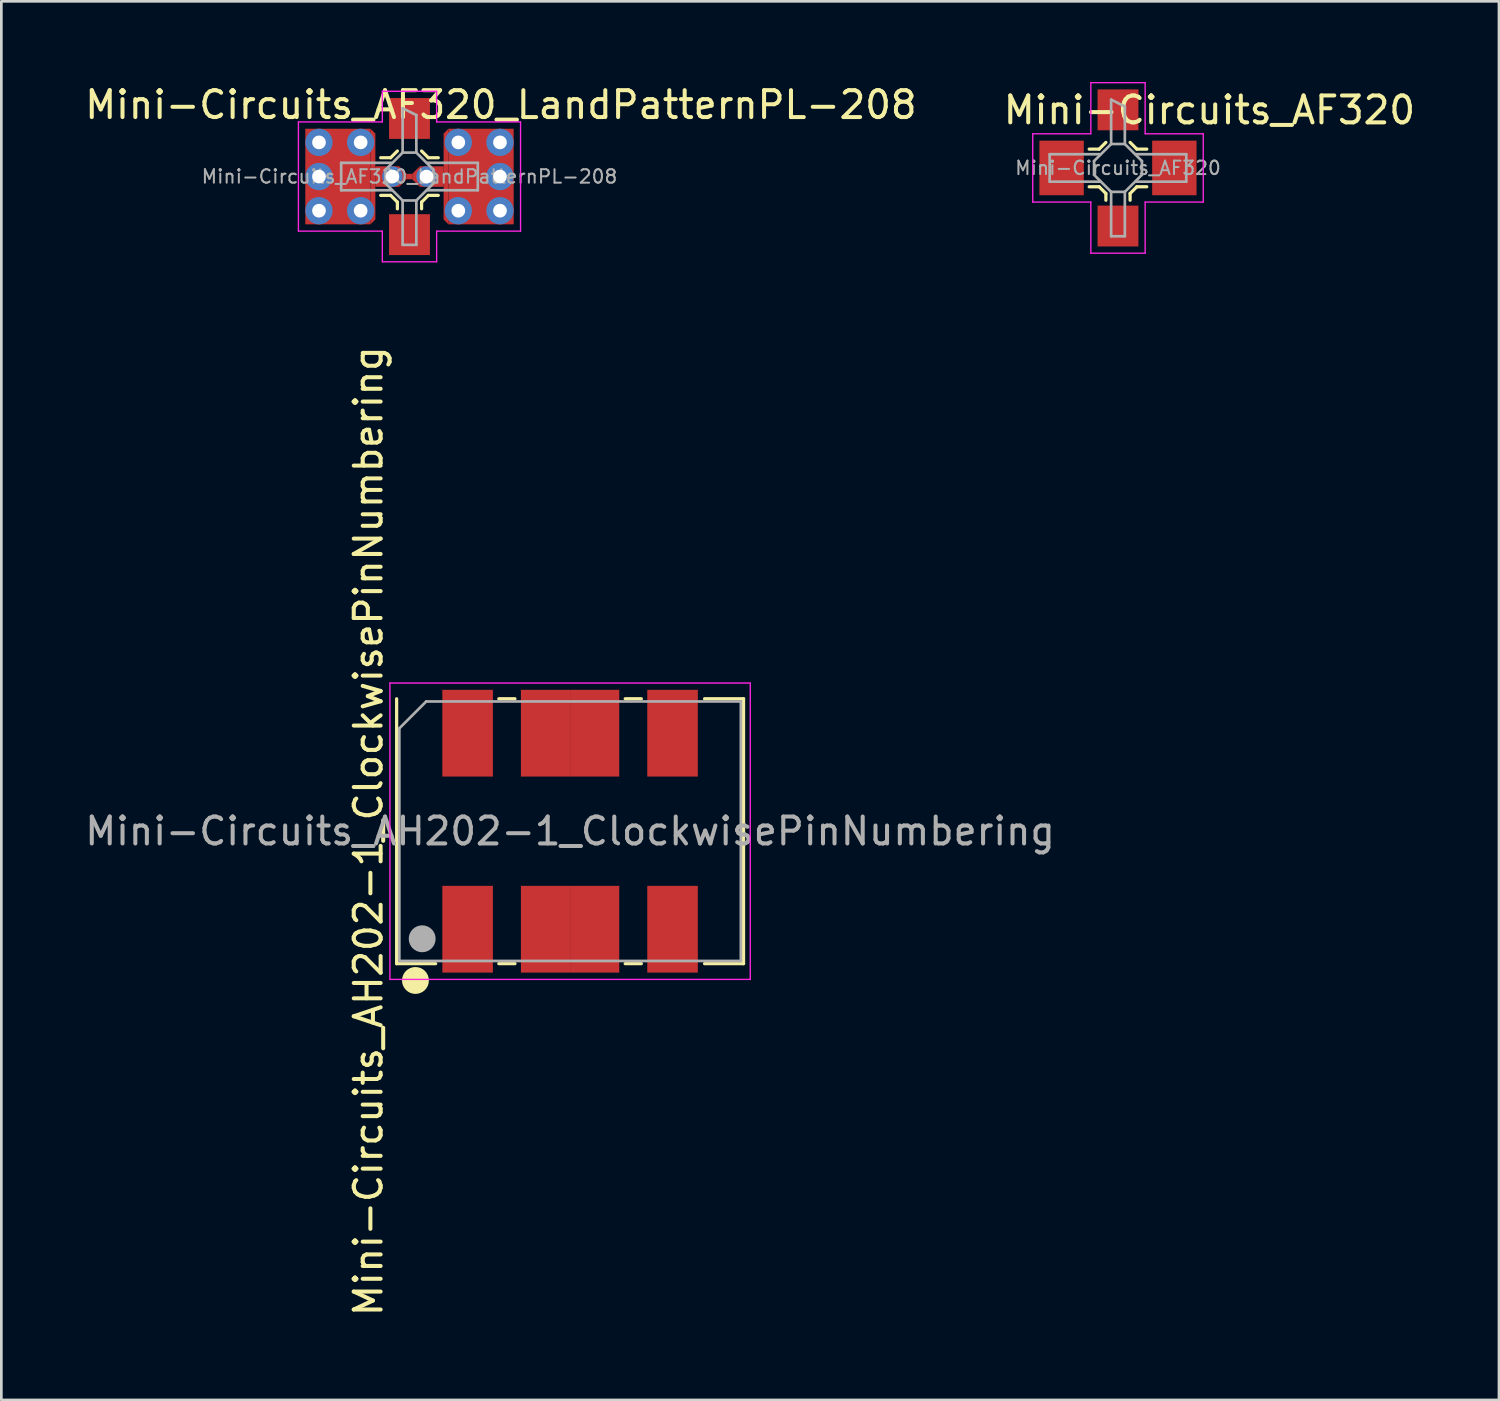
<source format=kicad_pcb>
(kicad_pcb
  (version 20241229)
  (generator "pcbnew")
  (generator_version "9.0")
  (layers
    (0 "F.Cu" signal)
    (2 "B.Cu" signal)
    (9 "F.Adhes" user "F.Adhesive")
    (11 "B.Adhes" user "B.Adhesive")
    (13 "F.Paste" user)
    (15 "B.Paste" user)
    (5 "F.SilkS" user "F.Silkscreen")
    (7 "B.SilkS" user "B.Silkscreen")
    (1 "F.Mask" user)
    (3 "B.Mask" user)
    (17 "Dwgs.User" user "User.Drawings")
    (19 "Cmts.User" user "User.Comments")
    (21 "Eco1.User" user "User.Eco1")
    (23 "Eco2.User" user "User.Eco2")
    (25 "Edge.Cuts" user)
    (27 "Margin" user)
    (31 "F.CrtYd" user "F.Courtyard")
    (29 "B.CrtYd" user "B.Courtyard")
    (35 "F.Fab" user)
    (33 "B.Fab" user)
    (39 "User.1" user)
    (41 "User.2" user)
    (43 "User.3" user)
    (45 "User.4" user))
  (footprint "Mini-Circuits_AH202-1_ClockwisePinNumbering"
    (layer "F.Cu")
    (at 18.149 27.859)
    (property "Reference" "Mini-Circuits_AH202-1_ClockwisePinNumbering" (at -7.5 0 90) (layer "F.SilkS") (effects (font (size 1 1) (thickness 0.15))))
    (attr smd)
    (fp_line (start -6.45 -4.925) (end -6.45 4.925) (stroke (width 0.12) (type solid)) (layer "F.SilkS"))
    (fp_line (start -6.45 4.925) (end -5 4.925) (stroke (width 0.12) (type solid)) (layer "F.SilkS"))
    (fp_line (start -2.65 -4.925) (end -2.05 -4.925) (stroke (width 0.12) (type solid)) (layer "F.SilkS"))
    (fp_line (start -2.65 4.925) (end -2.05 4.925) (stroke (width 0.12) (type solid)) (layer "F.SilkS"))
    (fp_line (start 2.65 -4.925) (end 2.05 -4.925) (stroke (width 0.12) (type solid)) (layer "F.SilkS"))
    (fp_line (start 2.65 4.925) (end 2.05 4.925) (stroke (width 0.12) (type solid)) (layer "F.SilkS"))
    (fp_line (start 6.45 -4.925) (end 5 -4.925) (stroke (width 0.12) (type solid)) (layer "F.SilkS"))
    (fp_line (start 6.45 4.925) (end 5 4.925) (stroke (width 0.12) (type solid)) (layer "F.SilkS"))
    (fp_line (start 6.45 4.925) (end 6.45 -4.925) (stroke (width 0.12) (type solid)) (layer "F.SilkS"))
    (fp_circle (center -5.75 5.55) (end -5.5 5.55) (stroke (width 0.5) (type solid)) (fill no) (layer "F.SilkS"))
    (fp_line (start -6.7 -5.51) (end -6.7 5.51) (stroke (width 0.05) (type solid)) (layer "F.CrtYd"))
    (fp_line (start -6.7 5.51) (end 6.7 5.51) (stroke (width 0.05) (type solid)) (layer "F.CrtYd"))
    (fp_line (start 6.7 -5.51) (end -6.7 -5.51) (stroke (width 0.05) (type solid)) (layer "F.CrtYd"))
    (fp_line (start 6.7 5.51) (end 6.7 -5.51) (stroke (width 0.05) (type solid)) (layer "F.CrtYd"))
    (fp_line (start -6.35 -3.825) (end -5.35 -4.825) (stroke (width 0.1) (type solid)) (layer "F.Fab"))
    (fp_line (start -6.35 4.825) (end -6.35 -3.825) (stroke (width 0.1) (type solid)) (layer "F.Fab"))
    (fp_line (start -5.35 -4.825) (end 6.35 -4.825) (stroke (width 0.1) (type solid)) (layer "F.Fab"))
    (fp_line (start 6.35 -4.825) (end 6.35 4.825) (stroke (width 0.1) (type solid)) (layer "F.Fab"))
    (fp_line (start 6.35 4.825) (end -6.35 4.825) (stroke (width 0.1) (type solid)) (layer "F.Fab"))
    (fp_circle (center -5.5 4) (end -5.25 4) (stroke (width 0.5) (type solid)) (fill no) (layer "F.Fab"))
    (fp_text user "${REFERENCE}" (at 0 0 0) (layer "F.Fab") (effects (font (size 1 1) (thickness 0.15))))
    (pad "1" smd rect (at -3.81 -3.645) (size 1.88 3.226) (layers "F.Cu" "F.Mask" "F.Paste"))
    (pad "2" smd rect (at -0.914 -3.645) (size 1.829 3.226) (layers "F.Cu" "F.Mask" "F.Paste"))
    (pad "3" smd rect (at 0.914 -3.645) (size 1.829 3.226) (layers "F.Cu" "F.Mask" "F.Paste"))
    (pad "4" smd rect (at 3.81 -3.645) (size 1.88 3.226) (layers "F.Cu" "F.Mask" "F.Paste"))
    (pad "5" smd rect (at 3.81 3.645) (size 1.88 3.226) (layers "F.Cu" "F.Mask" "F.Paste"))
    (pad "6" smd rect (at 0.914 3.645) (size 1.829 3.226) (layers "F.Cu" "F.Mask" "F.Paste"))
    (pad "7" smd rect (at -0.914 3.645) (size 1.829 3.226) (layers "F.Cu" "F.Mask" "F.Paste"))
    (pad "8" smd rect (at -3.81 3.645) (size 1.88 3.226) (layers "F.Cu" "F.Mask" "F.Paste")))
  (footprint "Mini-Circuits_AF320"
    (layer "F.Cu")
    (at 38.523 3.195)
    (property "Reference" "Mini-Circuits_AF320" (at 3.4 -2.15 0) (layer "F.SilkS") (effects (font (size 1 1) (thickness 0.15))))
    (attr smd)
    (fp_line (start -0.7 -0.7) (end -1.071 -0.7) (stroke (width 0.12) (type solid)) (layer "F.SilkS"))
    (fp_line (start -0.7 0.7) (end -1.071 0.7) (stroke (width 0.12) (type solid)) (layer "F.SilkS"))
    (fp_line (start -0.45 -0.95) (end -0.7 -0.7) (stroke (width 0.12) (type solid)) (layer "F.SilkS"))
    (fp_line (start -0.45 0.95) (end -0.7 0.7) (stroke (width 0.12) (type solid)) (layer "F.SilkS"))
    (fp_line (start -0.45 1.2) (end -0.45 0.95) (stroke (width 0.12) (type solid)) (layer "F.SilkS"))
    (fp_line (start 0.45 -0.95) (end 0.7 -0.7) (stroke (width 0.12) (type solid)) (layer "F.SilkS"))
    (fp_line (start 0.45 0.95) (end 0.7 0.7) (stroke (width 0.12) (type solid)) (layer "F.SilkS"))
    (fp_line (start 0.45 1.2) (end 0.45 0.95) (stroke (width 0.12) (type solid)) (layer "F.SilkS"))
    (fp_line (start 0.7 -0.7) (end 1.071 -0.7) (stroke (width 0.12) (type solid)) (layer "F.SilkS"))
    (fp_line (start 0.7 0.7) (end 1.071 0.7) (stroke (width 0.12) (type solid)) (layer "F.SilkS"))
    (fp_line (start -3.17 -1.27) (end -3.17 1.27) (stroke (width 0.05) (type solid)) (layer "F.CrtYd"))
    (fp_line (start -3.17 -1.27) (end -1.01 -1.27) (stroke (width 0.05) (type solid)) (layer "F.CrtYd"))
    (fp_line (start -3.17 1.27) (end -1.01 1.27) (stroke (width 0.05) (type solid)) (layer "F.CrtYd"))
    (fp_line (start -1.01 -3.17) (end 1.01 -3.17) (stroke (width 0.05) (type solid)) (layer "F.CrtYd"))
    (fp_line (start -1.01 -1.27) (end -1.01 -3.17) (stroke (width 0.05) (type solid)) (layer "F.CrtYd"))
    (fp_line (start -1.01 1.27) (end -1.01 3.17) (stroke (width 0.05) (type solid)) (layer "F.CrtYd"))
    (fp_line (start -1.01 3.17) (end 1.01 3.17) (stroke (width 0.05) (type solid)) (layer "F.CrtYd"))
    (fp_line (start 1.01 -1.27) (end 1.01 -3.17) (stroke (width 0.05) (type solid)) (layer "F.CrtYd"))
    (fp_line (start 1.01 1.27) (end 1.01 3.17) (stroke (width 0.05) (type solid)) (layer "F.CrtYd"))
    (fp_line (start 3.17 -1.27) (end 1.01 -1.27) (stroke (width 0.05) (type solid)) (layer "F.CrtYd"))
    (fp_line (start 3.17 1.27) (end 1.01 1.27) (stroke (width 0.05) (type solid)) (layer "F.CrtYd"))
    (fp_line (start 3.17 1.27) (end 3.17 -1.27) (stroke (width 0.05) (type solid)) (layer "F.CrtYd"))
    (fp_line (start -2.54 -0.51) (end -0.65 -0.51) (stroke (width 0.1) (type solid)) (layer "F.Fab"))
    (fp_line (start -2.54 0.51) (end -2.54 -0.51) (stroke (width 0.1) (type solid)) (layer "F.Fab"))
    (fp_line (start -2.54 0.51) (end -0.65 0.51) (stroke (width 0.1) (type solid)) (layer "F.Fab"))
    (fp_line (start -0.89 -0.255) (end -0.89 0.255) (stroke (width 0.1) (type solid)) (layer "F.Fab"))
    (fp_line (start -0.89 -0.255) (end -0.255 -0.89) (stroke (width 0.1) (type solid)) (layer "F.Fab"))
    (fp_line (start -0.255 -2.54) (end 0.255 -2.285) (stroke (width 0.1) (type solid)) (layer "F.Fab"))
    (fp_line (start -0.255 -0.89) (end -0.255 -2.54) (stroke (width 0.1) (type solid)) (layer "F.Fab"))
    (fp_line (start -0.255 0.89) (end -0.89 0.255) (stroke (width 0.1) (type solid)) (layer "F.Fab"))
    (fp_line (start -0.255 0.89) (end -0.255 2.54) (stroke (width 0.1) (type solid)) (layer "F.Fab"))
    (fp_line (start -0.255 0.89) (end 0.255 0.89) (stroke (width 0.1) (type solid)) (layer "F.Fab"))
    (fp_line (start 0.255 -0.89) (end -0.255 -0.89) (stroke (width 0.1) (type solid)) (layer "F.Fab"))
    (fp_line (start 0.255 -0.89) (end 0.255 -2.285) (stroke (width 0.1) (type solid)) (layer "F.Fab"))
    (fp_line (start 0.255 -0.89) (end 0.89 -0.255) (stroke (width 0.1) (type solid)) (layer "F.Fab"))
    (fp_line (start 0.255 2.54) (end -0.255 2.54) (stroke (width 0.1) (type solid)) (layer "F.Fab"))
    (fp_line (start 0.255 2.54) (end 0.255 0.89) (stroke (width 0.1) (type solid)) (layer "F.Fab"))
    (fp_line (start 0.89 0.255) (end 0.255 0.89) (stroke (width 0.1) (type solid)) (layer "F.Fab"))
    (fp_line (start 0.89 0.255) (end 0.89 -0.255) (stroke (width 0.1) (type solid)) (layer "F.Fab"))
    (fp_line (start 2.54 -0.51) (end 0.65 -0.51) (stroke (width 0.1) (type solid)) (layer "F.Fab"))
    (fp_line (start 2.54 -0.51) (end 2.54 0.51) (stroke (width 0.1) (type solid)) (layer "F.Fab"))
    (fp_line (start 2.54 0.51) (end 0.65 0.51) (stroke (width 0.1) (type solid)) (layer "F.Fab"))
    (fp_text user "${REFERENCE}" (at 0 0 0) (layer "F.Fab") (effects (font (size 0.5 0.5) (thickness 0.075))))
    (pad "1" smd rect (at 0 -2.16) (size 1.52 1.52) (layers "F.Cu" "F.Mask" "F.Paste"))
    (pad "2" smd rect (at -2.096 0) (size 1.65 2.03) (layers "F.Cu" "F.Mask" "F.Paste"))
    (pad "3" smd rect (at 0 2.16) (size 1.52 1.52) (layers "F.Cu" "F.Mask" "F.Paste"))
    (pad "4" smd rect (at 2.096 0) (size 1.65 2.03) (layers "F.Cu" "F.Mask" "F.Paste")))
  (footprint "Mini-Circuits_AF320_LandPatternPL-208"
    (layer "F.Cu")
    (at 12.177 3.515)
    (property "Reference" "Mini-Circuits_AF320_LandPatternPL-208" (at 3.4 -2.667 0) (layer "F.SilkS") (effects (font (size 1 1) (thickness 0.15))))
    (attr smd)
    (fp_line (start -0.7 -0.7) (end -1.071 -0.7) (stroke (width 0.12) (type solid)) (layer "F.SilkS"))
    (fp_line (start -0.7 0.7) (end -1.071 0.7) (stroke (width 0.12) (type solid)) (layer "F.SilkS"))
    (fp_line (start -0.45 -0.95) (end -0.7 -0.7) (stroke (width 0.12) (type solid)) (layer "F.SilkS"))
    (fp_line (start -0.45 0.95) (end -0.7 0.7) (stroke (width 0.12) (type solid)) (layer "F.SilkS"))
    (fp_line (start -0.45 1.2) (end -0.45 0.95) (stroke (width 0.12) (type solid)) (layer "F.SilkS"))
    (fp_line (start 0.45 -0.95) (end 0.7 -0.7) (stroke (width 0.12) (type solid)) (layer "F.SilkS"))
    (fp_line (start 0.45 0.95) (end 0.7 0.7) (stroke (width 0.12) (type solid)) (layer "F.SilkS"))
    (fp_line (start 0.45 1.2) (end 0.45 0.95) (stroke (width 0.12) (type solid)) (layer "F.SilkS"))
    (fp_line (start 0.7 -0.7) (end 1.071 -0.7) (stroke (width 0.12) (type solid)) (layer "F.SilkS"))
    (fp_line (start 0.7 0.7) (end 1.071 0.7) (stroke (width 0.12) (type solid)) (layer "F.SilkS"))
    (fp_line (start -4.13 -2.03) (end -4.13 2.03) (stroke (width 0.05) (type solid)) (layer "F.CrtYd"))
    (fp_line (start -4.13 -2.03) (end -1.01 -2.03) (stroke (width 0.05) (type solid)) (layer "F.CrtYd"))
    (fp_line (start -4.13 2.03) (end -1.01 2.03) (stroke (width 0.05) (type solid)) (layer "F.CrtYd"))
    (fp_line (start -1.01 -3.17) (end 1.01 -3.17) (stroke (width 0.05) (type solid)) (layer "F.CrtYd"))
    (fp_line (start -1.01 -2.03) (end -1.01 -3.17) (stroke (width 0.05) (type solid)) (layer "F.CrtYd"))
    (fp_line (start -1.01 2.03) (end -1.01 3.17) (stroke (width 0.05) (type solid)) (layer "F.CrtYd"))
    (fp_line (start -1.01 3.17) (end 1.01 3.17) (stroke (width 0.05) (type solid)) (layer "F.CrtYd"))
    (fp_line (start 1.01 -2.03) (end 1.01 -3.17) (stroke (width 0.05) (type solid)) (layer "F.CrtYd"))
    (fp_line (start 1.01 2.03) (end 1.01 3.17) (stroke (width 0.05) (type solid)) (layer "F.CrtYd"))
    (fp_line (start 4.13 -2.03) (end 1.01 -2.03) (stroke (width 0.05) (type solid)) (layer "F.CrtYd"))
    (fp_line (start 4.13 2.03) (end 1.01 2.03) (stroke (width 0.05) (type solid)) (layer "F.CrtYd"))
    (fp_line (start 4.13 2.03) (end 4.13 -2.03) (stroke (width 0.05) (type solid)) (layer "F.CrtYd"))
    (fp_line (start -2.54 -0.51) (end -0.65 -0.51) (stroke (width 0.1) (type solid)) (layer "F.Fab"))
    (fp_line (start -2.54 0.51) (end -2.54 -0.51) (stroke (width 0.1) (type solid)) (layer "F.Fab"))
    (fp_line (start -2.54 0.51) (end -0.65 0.51) (stroke (width 0.1) (type solid)) (layer "F.Fab"))
    (fp_line (start -0.89 -0.255) (end -0.89 0.255) (stroke (width 0.1) (type solid)) (layer "F.Fab"))
    (fp_line (start -0.89 -0.255) (end -0.255 -0.89) (stroke (width 0.1) (type solid)) (layer "F.Fab"))
    (fp_line (start -0.255 -2.54) (end 0.255 -2.285) (stroke (width 0.1) (type solid)) (layer "F.Fab"))
    (fp_line (start -0.255 -0.89) (end -0.255 -2.54) (stroke (width 0.1) (type solid)) (layer "F.Fab"))
    (fp_line (start -0.255 0.89) (end -0.89 0.255) (stroke (width 0.1) (type solid)) (layer "F.Fab"))
    (fp_line (start -0.255 0.89) (end -0.255 2.54) (stroke (width 0.1) (type solid)) (layer "F.Fab"))
    (fp_line (start -0.255 0.89) (end 0.255 0.89) (stroke (width 0.1) (type solid)) (layer "F.Fab"))
    (fp_line (start 0.255 -0.89) (end -0.255 -0.89) (stroke (width 0.1) (type solid)) (layer "F.Fab"))
    (fp_line (start 0.255 -0.89) (end 0.255 -2.285) (stroke (width 0.1) (type solid)) (layer "F.Fab"))
    (fp_line (start 0.255 -0.89) (end 0.89 -0.255) (stroke (width 0.1) (type solid)) (layer "F.Fab"))
    (fp_line (start 0.255 2.54) (end -0.255 2.54) (stroke (width 0.1) (type solid)) (layer "F.Fab"))
    (fp_line (start 0.255 2.54) (end 0.255 0.89) (stroke (width 0.1) (type solid)) (layer "F.Fab"))
    (fp_line (start 0.89 0.255) (end 0.255 0.89) (stroke (width 0.1) (type solid)) (layer "F.Fab"))
    (fp_line (start 0.89 0.255) (end 0.89 -0.255) (stroke (width 0.1) (type solid)) (layer "F.Fab"))
    (fp_line (start 2.54 -0.51) (end 0.65 -0.51) (stroke (width 0.1) (type solid)) (layer "F.Fab"))
    (fp_line (start 2.54 -0.51) (end 2.54 0.51) (stroke (width 0.1) (type solid)) (layer "F.Fab"))
    (fp_line (start 2.54 0.51) (end 0.65 0.51) (stroke (width 0.1) (type solid)) (layer "F.Fab"))
    (fp_text user "${REFERENCE}" (at 0 0 180) (layer "F.Fab") (effects (font (size 0.5 0.5) (thickness 0.075))))
    (pad "" smd rect (at -2.096 0) (size 1.65 2.03) (layers "F.Mask" "F.Paste"))
    (pad "" smd rect (at 2.096 0 180) (size 1.65 2.03) (layers "F.Mask" "F.Paste"))
    (pad "1" smd rect (at 0 -2.16) (size 1.52 1.52) (layers "F.Cu" "F.Mask" "F.Paste"))
    (pad "2" thru_hole circle (at -3.365 -1.27) (size 1.016 1.016) (drill 0.508) (layers "*.Cu"))
    (pad "2" thru_hole circle (at -3.365 0) (size 1.016 1.016) (drill 0.508) (layers "*.Cu"))
    (pad "2" thru_hole circle (at -3.365 1.27) (size 1.016 1.016) (drill 0.508) (layers "*.Cu"))
    (pad "2" thru_hole circle (at -1.816 -1.27) (size 1.016 1.016) (drill 0.508) (layers "*.Cu"))
    (pad "2" thru_hole circle (at -1.816 1.27) (size 1.016 1.016) (drill 0.508) (layers "*.Cu"))
    (pad "2" smd rect (at -1.45 0 180) (size 2.424 3.556) (drill (offset 1.212 0)) (layers "F.Cu"))
    (pad "2" smd trapezoid (at -1.27 0) (size 0.18 3.376) (rect_delta 0.18 0) (drill (offset -0.089 0)) (layers "F.Cu"))
    (pad "2" thru_hole circle (at -0.635 0) (size 0.762 0.762) (drill 0.508) (layers "*.Cu"))
    (pad "2" smd rect (at -0.381 0 180) (size 0.889 0.762) (drill (offset 0.445 0)) (layers "F.Cu"))
    (pad "2" smd trapezoid (at -0.102 0) (size 0.279 0.483) (rect_delta 0.279 0) (drill (offset -0.14 0)) (layers "F.Cu"))
    (pad "2" smd rect (at 0 0) (size 0.203 0.203) (layers "F.Cu"))
    (pad "3" smd rect (at 0 2.16) (size 1.52 1.52) (layers "F.Cu" "F.Mask" "F.Paste"))
    (pad "4" smd trapezoid (at 0.102 0 180) (size 0.279 0.483) (rect_delta 0.279 0) (drill (offset -0.14 0)) (layers "F.Cu"))
    (pad "4" smd rect (at 0.381 0) (size 0.889 0.762) (drill (offset 0.445 0)) (layers "F.Cu"))
    (pad "4" thru_hole circle (at 0.635 0 180) (size 0.762 0.762) (drill 0.508) (layers "*.Cu"))
    (pad "4" smd trapezoid (at 1.27 0 180) (size 0.18 3.376) (rect_delta 0.18 0) (drill (offset -0.089 0)) (layers "F.Cu"))
    (pad "4" smd rect (at 1.45 0) (size 2.424 3.556) (drill (offset 1.212 0)) (layers "F.Cu"))
    (pad "4" thru_hole circle (at 1.816 -1.27 180) (size 1.016 1.016) (drill 0.508) (layers "*.Cu"))
    (pad "4" thru_hole circle (at 1.816 1.27 180) (size 1.016 1.016) (drill 0.508) (layers "*.Cu"))
    (pad "4" thru_hole circle (at 3.365 -1.27 180) (size 1.016 1.016) (drill 0.508) (layers "*.Cu"))
    (pad "4" thru_hole circle (at 3.365 0 180) (size 1.016 1.016) (drill 0.508) (layers "*.Cu"))
    (pad "4" thru_hole circle (at 3.365 1.27 180) (size 1.016 1.016) (drill 0.508) (layers "*.Cu")))
  (gr_rect
    (start -3 -3)
    (end 52.69 49.008)
    (stroke (width 0.1) (type default))
    (fill no)
    (layer "Edge.Cuts")))
</source>
